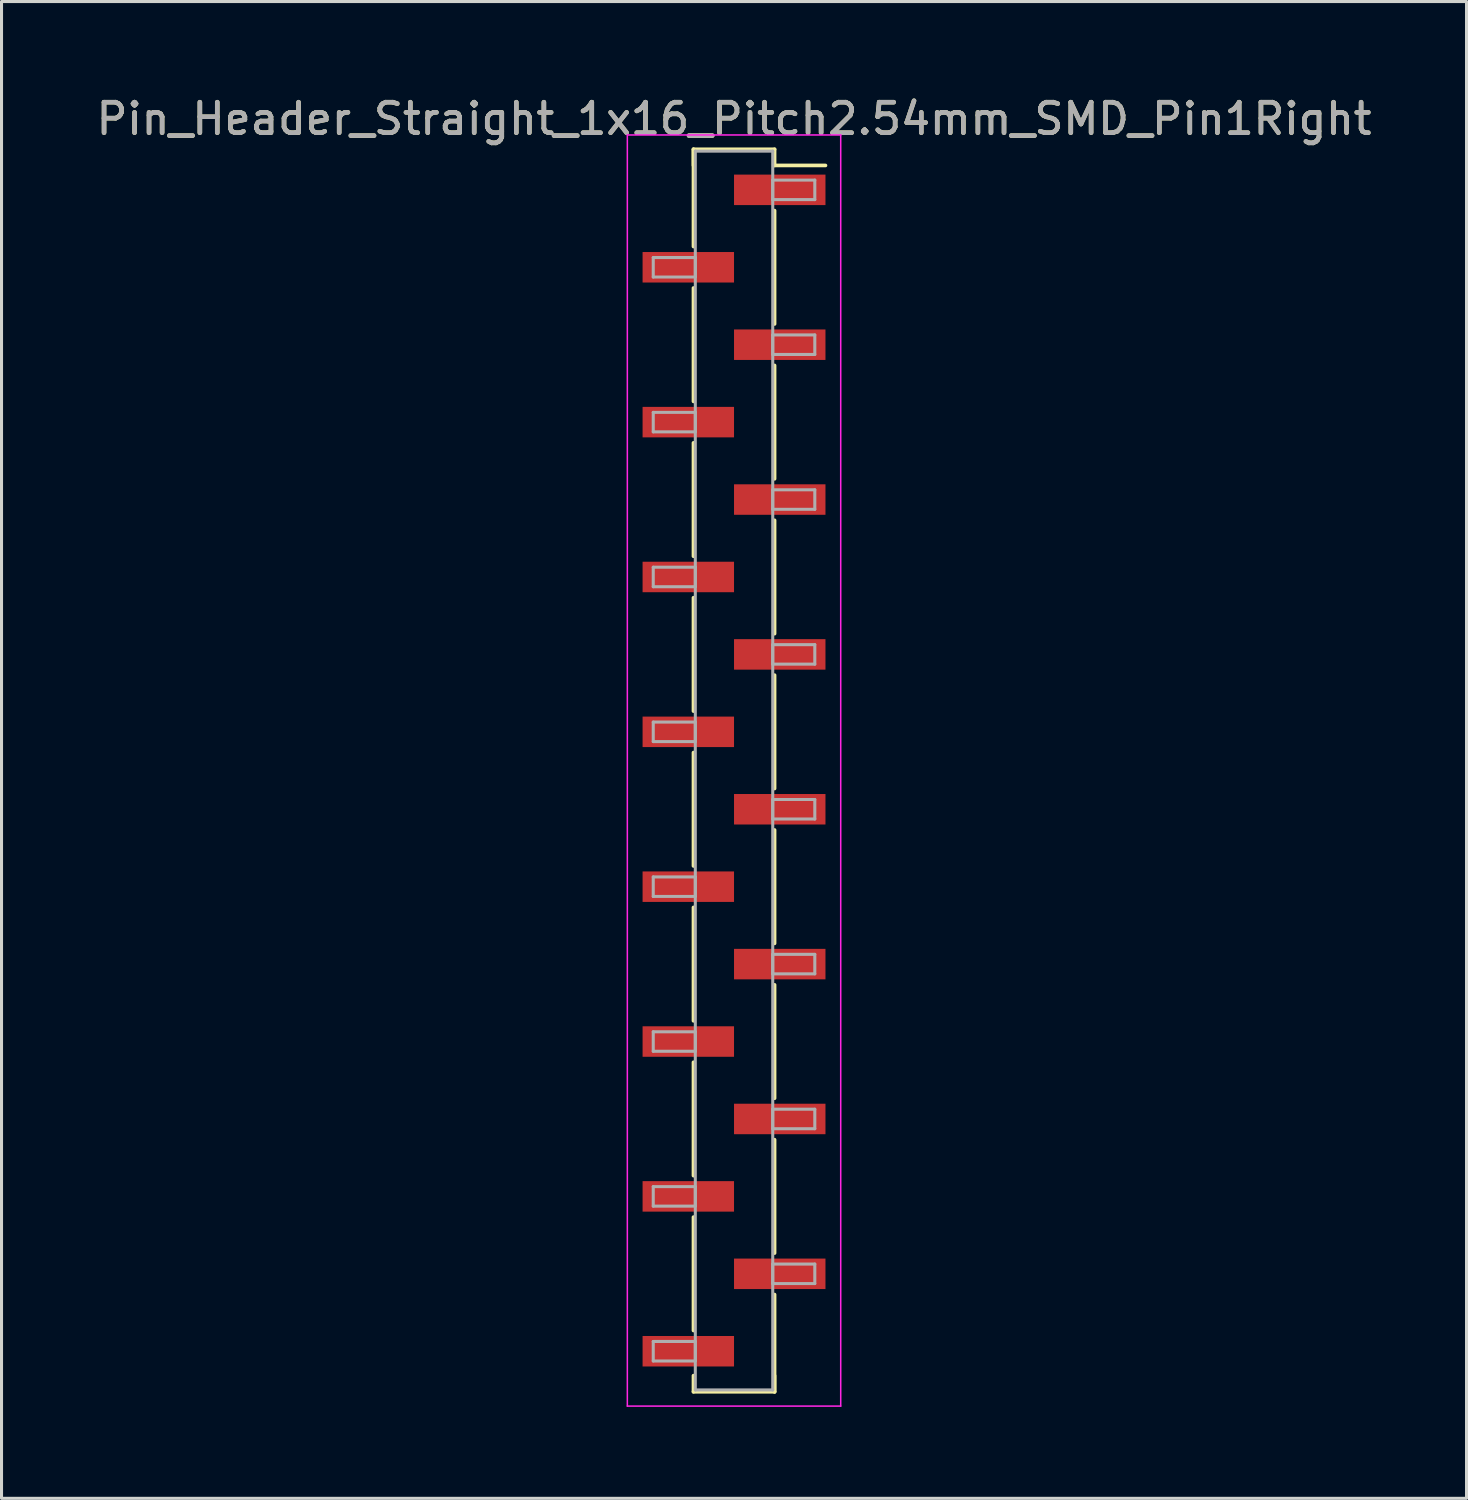
<source format=kicad_pcb>
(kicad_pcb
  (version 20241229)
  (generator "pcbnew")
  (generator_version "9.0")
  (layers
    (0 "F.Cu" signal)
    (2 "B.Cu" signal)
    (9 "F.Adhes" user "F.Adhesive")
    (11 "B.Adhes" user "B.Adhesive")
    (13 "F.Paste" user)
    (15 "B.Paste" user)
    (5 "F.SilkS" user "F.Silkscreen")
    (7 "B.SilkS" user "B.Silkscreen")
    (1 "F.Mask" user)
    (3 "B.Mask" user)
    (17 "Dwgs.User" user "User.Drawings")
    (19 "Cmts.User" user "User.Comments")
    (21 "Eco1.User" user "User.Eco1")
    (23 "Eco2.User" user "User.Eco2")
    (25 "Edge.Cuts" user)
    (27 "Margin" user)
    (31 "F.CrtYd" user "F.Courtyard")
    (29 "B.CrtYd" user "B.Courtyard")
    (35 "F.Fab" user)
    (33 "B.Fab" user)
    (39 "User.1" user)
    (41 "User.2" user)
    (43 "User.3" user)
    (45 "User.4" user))
  (footprint "Pin_Header_Straight_1x16_Pitch2.54mm_SMD_Pin1Right"
    (layer "F.Cu")
    (at 21.03 22.228)
    (property "Reference" "Pin_Header_Straight_1x16_Pitch2.54mm_SMD_Pin1Right" (at 0 -21.38 0) (layer "F.SilkS") (effects (font (size 1 1) (thickness 0.15))))
    (attr smd)
    (fp_line (start -1.33 -20.38) (end -1.33 -17.19) (stroke (width 0.12) (type solid)) (layer "F.SilkS"))
    (fp_line (start -1.33 -20.38) (end 1.33 -20.38) (stroke (width 0.12) (type solid)) (layer "F.SilkS"))
    (fp_line (start -1.33 -19.85) (end -1.33 -20.38) (stroke (width 0.12) (type solid)) (layer "F.SilkS"))
    (fp_line (start -1.33 -15.83) (end -1.33 -12.11) (stroke (width 0.12) (type solid)) (layer "F.SilkS"))
    (fp_line (start -1.33 -10.75) (end -1.33 -7.03) (stroke (width 0.12) (type solid)) (layer "F.SilkS"))
    (fp_line (start -1.33 -5.67) (end -1.33 -1.95) (stroke (width 0.12) (type solid)) (layer "F.SilkS"))
    (fp_line (start -1.33 -0.59) (end -1.33 3.13) (stroke (width 0.12) (type solid)) (layer "F.SilkS"))
    (fp_line (start -1.33 4.49) (end -1.33 8.21) (stroke (width 0.12) (type solid)) (layer "F.SilkS"))
    (fp_line (start -1.33 9.57) (end -1.33 13.29) (stroke (width 0.12) (type solid)) (layer "F.SilkS"))
    (fp_line (start -1.33 14.65) (end -1.33 18.37) (stroke (width 0.12) (type solid)) (layer "F.SilkS"))
    (fp_line (start -1.33 19.85) (end -1.33 20.38) (stroke (width 0.12) (type solid)) (layer "F.SilkS"))
    (fp_line (start -1.33 20.38) (end 1.33 20.38) (stroke (width 0.12) (type solid)) (layer "F.SilkS"))
    (fp_line (start 1.33 -20.38) (end 1.33 -19.85) (stroke (width 0.12) (type solid)) (layer "F.SilkS"))
    (fp_line (start 1.33 -19.85) (end 3 -19.85) (stroke (width 0.12) (type solid)) (layer "F.SilkS"))
    (fp_line (start 1.33 -18.37) (end 1.33 -14.65) (stroke (width 0.12) (type solid)) (layer "F.SilkS"))
    (fp_line (start 1.33 -13.29) (end 1.33 -9.57) (stroke (width 0.12) (type solid)) (layer "F.SilkS"))
    (fp_line (start 1.33 -8.21) (end 1.33 -4.49) (stroke (width 0.12) (type solid)) (layer "F.SilkS"))
    (fp_line (start 1.33 -3.13) (end 1.33 0.59) (stroke (width 0.12) (type solid)) (layer "F.SilkS"))
    (fp_line (start 1.33 1.95) (end 1.33 5.67) (stroke (width 0.12) (type solid)) (layer "F.SilkS"))
    (fp_line (start 1.33 7.03) (end 1.33 10.75) (stroke (width 0.12) (type solid)) (layer "F.SilkS"))
    (fp_line (start 1.33 12.11) (end 1.33 15.83) (stroke (width 0.12) (type solid)) (layer "F.SilkS"))
    (fp_line (start 1.33 17.19) (end 1.33 20.38) (stroke (width 0.12) (type solid)) (layer "F.SilkS"))
    (fp_line (start 1.33 20.38) (end 1.33 19.85) (stroke (width 0.12) (type solid)) (layer "F.SilkS"))
    (fp_line (start -3.5 -20.85) (end -3.5 20.85) (stroke (width 0.05) (type solid)) (layer "F.CrtYd"))
    (fp_line (start -3.5 20.85) (end 3.5 20.85) (stroke (width 0.05) (type solid)) (layer "F.CrtYd"))
    (fp_line (start 3.5 -20.85) (end -3.5 -20.85) (stroke (width 0.05) (type solid)) (layer "F.CrtYd"))
    (fp_line (start 3.5 20.85) (end 3.5 -20.85) (stroke (width 0.05) (type solid)) (layer "F.CrtYd"))
    (fp_line (start -2.65 -16.83) (end -1.27 -16.83) (stroke (width 0.1) (type solid)) (layer "F.Fab"))
    (fp_line (start -2.65 -16.19) (end -2.65 -16.83) (stroke (width 0.1) (type solid)) (layer "F.Fab"))
    (fp_line (start -2.65 -11.75) (end -1.27 -11.75) (stroke (width 0.1) (type solid)) (layer "F.Fab"))
    (fp_line (start -2.65 -11.11) (end -2.65 -11.75) (stroke (width 0.1) (type solid)) (layer "F.Fab"))
    (fp_line (start -2.65 -6.67) (end -1.27 -6.67) (stroke (width 0.1) (type solid)) (layer "F.Fab"))
    (fp_line (start -2.65 -6.03) (end -2.65 -6.67) (stroke (width 0.1) (type solid)) (layer "F.Fab"))
    (fp_line (start -2.65 -1.59) (end -1.27 -1.59) (stroke (width 0.1) (type solid)) (layer "F.Fab"))
    (fp_line (start -2.65 -0.95) (end -2.65 -1.59) (stroke (width 0.1) (type solid)) (layer "F.Fab"))
    (fp_line (start -2.65 3.49) (end -1.27 3.49) (stroke (width 0.1) (type solid)) (layer "F.Fab"))
    (fp_line (start -2.65 4.13) (end -2.65 3.49) (stroke (width 0.1) (type solid)) (layer "F.Fab"))
    (fp_line (start -2.65 8.57) (end -1.27 8.57) (stroke (width 0.1) (type solid)) (layer "F.Fab"))
    (fp_line (start -2.65 9.21) (end -2.65 8.57) (stroke (width 0.1) (type solid)) (layer "F.Fab"))
    (fp_line (start -2.65 13.65) (end -1.27 13.65) (stroke (width 0.1) (type solid)) (layer "F.Fab"))
    (fp_line (start -2.65 14.29) (end -2.65 13.65) (stroke (width 0.1) (type solid)) (layer "F.Fab"))
    (fp_line (start -2.65 18.73) (end -1.27 18.73) (stroke (width 0.1) (type solid)) (layer "F.Fab"))
    (fp_line (start -2.65 19.37) (end -2.65 18.73) (stroke (width 0.1) (type solid)) (layer "F.Fab"))
    (fp_line (start -1.27 -20.32) (end -1.27 20.32) (stroke (width 0.1) (type solid)) (layer "F.Fab"))
    (fp_line (start -1.27 -16.83) (end -1.27 -16.19) (stroke (width 0.1) (type solid)) (layer "F.Fab"))
    (fp_line (start -1.27 -16.19) (end -2.65 -16.19) (stroke (width 0.1) (type solid)) (layer "F.Fab"))
    (fp_line (start -1.27 -11.75) (end -1.27 -11.11) (stroke (width 0.1) (type solid)) (layer "F.Fab"))
    (fp_line (start -1.27 -11.11) (end -2.65 -11.11) (stroke (width 0.1) (type solid)) (layer "F.Fab"))
    (fp_line (start -1.27 -6.67) (end -1.27 -6.03) (stroke (width 0.1) (type solid)) (layer "F.Fab"))
    (fp_line (start -1.27 -6.03) (end -2.65 -6.03) (stroke (width 0.1) (type solid)) (layer "F.Fab"))
    (fp_line (start -1.27 -1.59) (end -1.27 -0.95) (stroke (width 0.1) (type solid)) (layer "F.Fab"))
    (fp_line (start -1.27 -0.95) (end -2.65 -0.95) (stroke (width 0.1) (type solid)) (layer "F.Fab"))
    (fp_line (start -1.27 3.49) (end -1.27 4.13) (stroke (width 0.1) (type solid)) (layer "F.Fab"))
    (fp_line (start -1.27 4.13) (end -2.65 4.13) (stroke (width 0.1) (type solid)) (layer "F.Fab"))
    (fp_line (start -1.27 8.57) (end -1.27 9.21) (stroke (width 0.1) (type solid)) (layer "F.Fab"))
    (fp_line (start -1.27 9.21) (end -2.65 9.21) (stroke (width 0.1) (type solid)) (layer "F.Fab"))
    (fp_line (start -1.27 13.65) (end -1.27 14.29) (stroke (width 0.1) (type solid)) (layer "F.Fab"))
    (fp_line (start -1.27 14.29) (end -2.65 14.29) (stroke (width 0.1) (type solid)) (layer "F.Fab"))
    (fp_line (start -1.27 18.73) (end -1.27 19.37) (stroke (width 0.1) (type solid)) (layer "F.Fab"))
    (fp_line (start -1.27 19.37) (end -2.65 19.37) (stroke (width 0.1) (type solid)) (layer "F.Fab"))
    (fp_line (start -1.27 20.32) (end 1.27 20.32) (stroke (width 0.1) (type solid)) (layer "F.Fab"))
    (fp_line (start 1.27 -20.32) (end -1.27 -20.32) (stroke (width 0.1) (type solid)) (layer "F.Fab"))
    (fp_line (start 1.27 -19.37) (end 1.27 -18.73) (stroke (width 0.1) (type solid)) (layer "F.Fab"))
    (fp_line (start 1.27 -18.73) (end 2.65 -18.73) (stroke (width 0.1) (type solid)) (layer "F.Fab"))
    (fp_line (start 1.27 -14.29) (end 1.27 -13.65) (stroke (width 0.1) (type solid)) (layer "F.Fab"))
    (fp_line (start 1.27 -13.65) (end 2.65 -13.65) (stroke (width 0.1) (type solid)) (layer "F.Fab"))
    (fp_line (start 1.27 -9.21) (end 1.27 -8.57) (stroke (width 0.1) (type solid)) (layer "F.Fab"))
    (fp_line (start 1.27 -8.57) (end 2.65 -8.57) (stroke (width 0.1) (type solid)) (layer "F.Fab"))
    (fp_line (start 1.27 -4.13) (end 1.27 -3.49) (stroke (width 0.1) (type solid)) (layer "F.Fab"))
    (fp_line (start 1.27 -3.49) (end 2.65 -3.49) (stroke (width 0.1) (type solid)) (layer "F.Fab"))
    (fp_line (start 1.27 0.95) (end 1.27 1.59) (stroke (width 0.1) (type solid)) (layer "F.Fab"))
    (fp_line (start 1.27 1.59) (end 2.65 1.59) (stroke (width 0.1) (type solid)) (layer "F.Fab"))
    (fp_line (start 1.27 6.03) (end 1.27 6.67) (stroke (width 0.1) (type solid)) (layer "F.Fab"))
    (fp_line (start 1.27 6.67) (end 2.65 6.67) (stroke (width 0.1) (type solid)) (layer "F.Fab"))
    (fp_line (start 1.27 11.11) (end 1.27 11.75) (stroke (width 0.1) (type solid)) (layer "F.Fab"))
    (fp_line (start 1.27 11.75) (end 2.65 11.75) (stroke (width 0.1) (type solid)) (layer "F.Fab"))
    (fp_line (start 1.27 16.19) (end 1.27 16.83) (stroke (width 0.1) (type solid)) (layer "F.Fab"))
    (fp_line (start 1.27 16.83) (end 2.65 16.83) (stroke (width 0.1) (type solid)) (layer "F.Fab"))
    (fp_line (start 1.27 20.32) (end 1.27 -20.32) (stroke (width 0.1) (type solid)) (layer "F.Fab"))
    (fp_line (start 2.65 -19.37) (end 1.27 -19.37) (stroke (width 0.1) (type solid)) (layer "F.Fab"))
    (fp_line (start 2.65 -18.73) (end 2.65 -19.37) (stroke (width 0.1) (type solid)) (layer "F.Fab"))
    (fp_line (start 2.65 -14.29) (end 1.27 -14.29) (stroke (width 0.1) (type solid)) (layer "F.Fab"))
    (fp_line (start 2.65 -13.65) (end 2.65 -14.29) (stroke (width 0.1) (type solid)) (layer "F.Fab"))
    (fp_line (start 2.65 -9.21) (end 1.27 -9.21) (stroke (width 0.1) (type solid)) (layer "F.Fab"))
    (fp_line (start 2.65 -8.57) (end 2.65 -9.21) (stroke (width 0.1) (type solid)) (layer "F.Fab"))
    (fp_line (start 2.65 -4.13) (end 1.27 -4.13) (stroke (width 0.1) (type solid)) (layer "F.Fab"))
    (fp_line (start 2.65 -3.49) (end 2.65 -4.13) (stroke (width 0.1) (type solid)) (layer "F.Fab"))
    (fp_line (start 2.65 0.95) (end 1.27 0.95) (stroke (width 0.1) (type solid)) (layer "F.Fab"))
    (fp_line (start 2.65 1.59) (end 2.65 0.95) (stroke (width 0.1) (type solid)) (layer "F.Fab"))
    (fp_line (start 2.65 6.03) (end 1.27 6.03) (stroke (width 0.1) (type solid)) (layer "F.Fab"))
    (fp_line (start 2.65 6.67) (end 2.65 6.03) (stroke (width 0.1) (type solid)) (layer "F.Fab"))
    (fp_line (start 2.65 11.11) (end 1.27 11.11) (stroke (width 0.1) (type solid)) (layer "F.Fab"))
    (fp_line (start 2.65 11.75) (end 2.65 11.11) (stroke (width 0.1) (type solid)) (layer "F.Fab"))
    (fp_line (start 2.65 16.19) (end 1.27 16.19) (stroke (width 0.1) (type solid)) (layer "F.Fab"))
    (fp_line (start 2.65 16.83) (end 2.65 16.19) (stroke (width 0.1) (type solid)) (layer "F.Fab"))
    (fp_text user "${REFERENCE}" (at 0 -21.38 0) (layer "F.Fab") (effects (font (size 1 1) (thickness 0.15))))
    (pad "1" smd rect (at 1.5 -19.05) (size 3 1) (layers "F.Cu" "F.Mask" "F.Paste"))
    (pad "2" smd rect (at -1.5 -16.51) (size 3 1) (layers "F.Cu" "F.Mask" "F.Paste"))
    (pad "3" smd rect (at 1.5 -13.97) (size 3 1) (layers "F.Cu" "F.Mask" "F.Paste"))
    (pad "4" smd rect (at -1.5 -11.43) (size 3 1) (layers "F.Cu" "F.Mask" "F.Paste"))
    (pad "5" smd rect (at 1.5 -8.89) (size 3 1) (layers "F.Cu" "F.Mask" "F.Paste"))
    (pad "6" smd rect (at -1.5 -6.35) (size 3 1) (layers "F.Cu" "F.Mask" "F.Paste"))
    (pad "7" smd rect (at 1.5 -3.81) (size 3 1) (layers "F.Cu" "F.Mask" "F.Paste"))
    (pad "8" smd rect (at -1.5 -1.27) (size 3 1) (layers "F.Cu" "F.Mask" "F.Paste"))
    (pad "9" smd rect (at 1.5 1.27) (size 3 1) (layers "F.Cu" "F.Mask" "F.Paste"))
    (pad "10" smd rect (at -1.5 3.81) (size 3 1) (layers "F.Cu" "F.Mask" "F.Paste"))
    (pad "11" smd rect (at 1.5 6.35) (size 3 1) (layers "F.Cu" "F.Mask" "F.Paste"))
    (pad "12" smd rect (at -1.5 8.89) (size 3 1) (layers "F.Cu" "F.Mask" "F.Paste"))
    (pad "13" smd rect (at 1.5 11.43) (size 3 1) (layers "F.Cu" "F.Mask" "F.Paste"))
    (pad "14" smd rect (at -1.5 13.97) (size 3 1) (layers "F.Cu" "F.Mask" "F.Paste"))
    (pad "15" smd rect (at 1.5 16.51) (size 3 1) (layers "F.Cu" "F.Mask" "F.Paste"))
    (pad "16" smd rect (at -1.5 19.05) (size 3 1) (layers "F.Cu" "F.Mask" "F.Paste")))
  (gr_rect
    (start -3 -3)
    (end 45.06 46.103)
    (stroke (width 0.1) (type default))
    (fill no)
    (layer "Edge.Cuts")))
</source>
